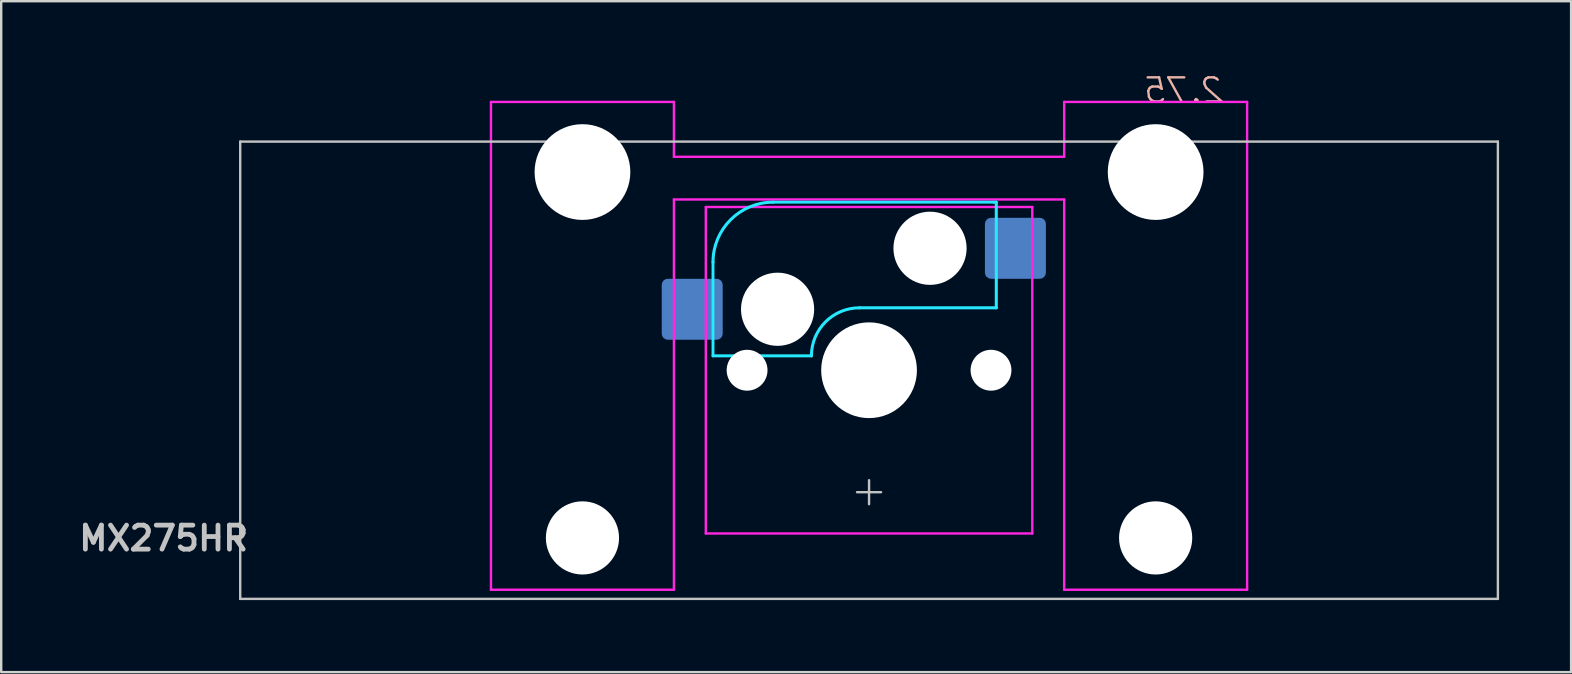
<source format=kicad_pcb>
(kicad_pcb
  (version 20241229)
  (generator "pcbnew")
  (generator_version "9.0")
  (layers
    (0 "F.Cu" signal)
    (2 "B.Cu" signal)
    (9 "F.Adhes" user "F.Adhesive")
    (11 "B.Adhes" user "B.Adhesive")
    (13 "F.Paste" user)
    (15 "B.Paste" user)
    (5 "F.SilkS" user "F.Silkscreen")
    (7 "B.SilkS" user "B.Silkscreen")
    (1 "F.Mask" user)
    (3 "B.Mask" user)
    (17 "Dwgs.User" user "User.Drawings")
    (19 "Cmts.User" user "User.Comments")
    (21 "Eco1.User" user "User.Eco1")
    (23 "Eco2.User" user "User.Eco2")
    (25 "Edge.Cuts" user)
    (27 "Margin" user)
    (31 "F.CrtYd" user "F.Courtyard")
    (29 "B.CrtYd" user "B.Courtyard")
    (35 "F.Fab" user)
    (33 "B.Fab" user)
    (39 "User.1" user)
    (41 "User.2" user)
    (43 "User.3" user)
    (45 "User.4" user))
  (footprint "MX275HR"
    (layer "F.Cu")
    (at 33.15 12.372)
    (property "Reference" "MX275HR" (at -25.75 7 0) (layer "Dwgs.User") (effects (font (size 1 1) (thickness 0.2)) (justify right)))
    (attr smd)
    (fp_line (start -26.194 -9.525) (end -26.194 9.525) (stroke (width 0.1) (type solid)) (layer "Dwgs.User"))
    (fp_line (start 0 4.58) (end 0 5.58) (stroke (width 0.1) (type solid)) (layer "Dwgs.User"))
    (fp_line (start 0.5 5.08) (end -0.5 5.08) (stroke (width 0.1) (type solid)) (layer "Dwgs.User"))
    (fp_line (start 26.194 -9.525) (end -26.194 -9.525) (stroke (width 0.1) (type solid)) (layer "Dwgs.User"))
    (fp_line (start 26.194 -9.525) (end 26.194 9.525) (stroke (width 0.1) (type solid)) (layer "Dwgs.User"))
    (fp_line (start 26.194 9.525) (end -26.194 9.525) (stroke (width 0.1) (type solid)) (layer "Dwgs.User"))
    (fp_line (start -15.438 5.485) (end -15.438 -8.515) (stroke (width 0.1) (type solid)) (layer "Eco1.User"))
    (fp_line (start -14.938 5.985) (end -8.938 5.985) (stroke (width 0.1) (type solid)) (layer "Eco1.User"))
    (fp_line (start -8.938 -9.015) (end -14.938 -9.015) (stroke (width 0.1) (type solid)) (layer "Eco1.User"))
    (fp_line (start -8.438 -8.515) (end -8.438 5.485) (stroke (width 0.1) (type solid)) (layer "Eco1.User"))
    (fp_line (start -7 6.5) (end -7 -6.5) (stroke (width 0.1) (type solid)) (layer "Eco1.User"))
    (fp_line (start -6.5 -7) (end 6.5 -7) (stroke (width 0.1) (type solid)) (layer "Eco1.User"))
    (fp_line (start 6.5 7) (end -6.5 7) (stroke (width 0.1) (type solid)) (layer "Eco1.User"))
    (fp_line (start 7 -6.5) (end 7 6.5) (stroke (width 0.1) (type solid)) (layer "Eco1.User"))
    (fp_line (start 8.438 5.485) (end 8.438 -8.515) (stroke (width 0.1) (type solid)) (layer "Eco1.User"))
    (fp_line (start 8.938 5.985) (end 14.938 5.985) (stroke (width 0.1) (type solid)) (layer "Eco1.User"))
    (fp_line (start 14.938 -9.015) (end 8.938 -9.015) (stroke (width 0.1) (type solid)) (layer "Eco1.User"))
    (fp_line (start 15.438 -8.515) (end 15.438 5.485) (stroke (width 0.1) (type solid)) (layer "Eco1.User"))
    (fp_arc (start -15.438 -8.515) (mid -15.291553 -8.868553) (end -14.938 -9.015) (stroke (width 0.1) (type solid)) (layer "Eco1.User"))
    (fp_arc (start -14.938 5.985) (mid -15.291553 5.838553) (end -15.438 5.485) (stroke (width 0.1) (type solid)) (layer "Eco1.User"))
    (fp_arc (start -8.938 -9.015) (mid -8.584447 -8.868553) (end -8.438 -8.515) (stroke (width 0.1) (type solid)) (layer "Eco1.User"))
    (fp_arc (start -8.438 5.485) (mid -8.584447 5.838553) (end -8.938 5.985) (stroke (width 0.1) (type solid)) (layer "Eco1.User"))
    (fp_arc (start -7 -6.5) (mid -6.853553 -6.853553) (end -6.5 -7) (stroke (width 0.1) (type solid)) (layer "Eco1.User"))
    (fp_arc (start -6.5 7) (mid -6.853553 6.853553) (end -7 6.5) (stroke (width 0.1) (type solid)) (layer "Eco1.User"))
    (fp_arc (start 6.5 -7) (mid 6.853553 -6.853553) (end 7 -6.5) (stroke (width 0.1) (type solid)) (layer "Eco1.User"))
    (fp_arc (start 7 6.5) (mid 6.853553 6.853553) (end 6.5 7) (stroke (width 0.1) (type solid)) (layer "Eco1.User"))
    (fp_arc (start 8.438 -8.515) (mid 8.584447 -8.868553) (end 8.938 -9.015) (stroke (width 0.1) (type solid)) (layer "Eco1.User"))
    (fp_arc (start 8.938 5.985) (mid 8.584447 5.838553) (end 8.438 5.485) (stroke (width 0.1) (type solid)) (layer "Eco1.User"))
    (fp_arc (start 14.938 -9.015) (mid 15.291553 -8.868553) (end 15.438 -8.515) (stroke (width 0.1) (type solid)) (layer "Eco1.User"))
    (fp_arc (start 15.438 5.485) (mid 15.291553 5.838553) (end 14.938 5.985) (stroke (width 0.1) (type solid)) (layer "Eco1.User"))
    (fp_line (start -6.5 -4.5) (end -6.5 -0.6) (stroke (width 0.12) (type solid)) (layer "B.CrtYd"))
    (fp_line (start -6.5 -0.6) (end -2.4 -0.6) (stroke (width 0.127) (type solid)) (layer "B.CrtYd"))
    (fp_line (start -4 -7) (end 5.2 -7) (stroke (width 0.12) (type solid)) (layer "B.CrtYd"))
    (fp_line (start -0.4 -2.6) (end 5.3 -2.6) (stroke (width 0.127) (type solid)) (layer "B.CrtYd"))
    (fp_line (start 5.2 -7) (end 5.3 -7) (stroke (width 0.12) (type solid)) (layer "B.CrtYd"))
    (fp_line (start 5.3 -7) (end 5.3 -2.6) (stroke (width 0.127) (type solid)) (layer "B.CrtYd"))
    (fp_arc (start -6.5 -4.5) (mid -5.767767 -6.267767) (end -4 -7) (stroke (width 0.127) (type solid)) (layer "B.CrtYd"))
    (fp_arc (start -2.4 -0.6) (mid -1.814214 -2.014214) (end -0.4 -2.6) (stroke (width 0.127) (type solid)) (layer "B.CrtYd"))
    (fp_line (start -15.748 -11.176) (end -8.128 -11.176) (stroke (width 0.1) (type solid)) (layer "F.CrtYd"))
    (fp_line (start -15.748 9.144) (end -15.748 -11.176) (stroke (width 0.1) (type solid)) (layer "F.CrtYd"))
    (fp_line (start -8.128 -8.89) (end -8.128 -11.176) (stroke (width 0.1) (type solid)) (layer "F.CrtYd"))
    (fp_line (start -8.128 -8.89) (end 8.128 -8.89) (stroke (width 0.1) (type solid)) (layer "F.CrtYd"))
    (fp_line (start -8.128 -7.112) (end -8.128 9.144) (stroke (width 0.1) (type solid)) (layer "F.CrtYd"))
    (fp_line (start -8.128 -7.112) (end 8.128 -7.112) (stroke (width 0.1) (type solid)) (layer "F.CrtYd"))
    (fp_line (start -8.128 9.144) (end -15.748 9.144) (stroke (width 0.1) (type solid)) (layer "F.CrtYd"))
    (fp_line (start -6.8 -6.8) (end -6.8 6.8) (stroke (width 0.1) (type solid)) (layer "F.CrtYd"))
    (fp_line (start -6.8 -6.8) (end 6.8 -6.8) (stroke (width 0.1) (type solid)) (layer "F.CrtYd"))
    (fp_line (start -6.8 6.8) (end 6.8 6.8) (stroke (width 0.1) (type solid)) (layer "F.CrtYd"))
    (fp_line (start 6.8 -6.8) (end 6.8 6.8) (stroke (width 0.1) (type solid)) (layer "F.CrtYd"))
    (fp_line (start 8.128 -8.89) (end 8.128 -11.176) (stroke (width 0.1) (type solid)) (layer "F.CrtYd"))
    (fp_line (start 8.128 -7.112) (end 8.128 9.142) (stroke (width 0.1) (type solid)) (layer "F.CrtYd"))
    (fp_line (start 8.128 9.144) (end 15.748 9.144) (stroke (width 0.1) (type solid)) (layer "F.CrtYd"))
    (fp_line (start 15.748 -11.176) (end 8.128 -11.176) (stroke (width 0.1) (type solid)) (layer "F.CrtYd"))
    (fp_line (start 15.748 -11.176) (end 15.748 9.144) (stroke (width 0.1) (type solid)) (layer "F.CrtYd"))
    (fp_text user "2.75" (at 14.886 -11.072 0) (unlocked yes) (layer "B.SilkS") (effects (font (size 1 1) (thickness 0.1) (italic yes)) (justify left bottom mirror)))
    (pad "" np_thru_hole circle (at -11.938 -8.255 180) (size 3.988 3.988) (drill 3.988) (layers "*.Cu" "*.Mask"))
    (pad "" np_thru_hole circle (at -11.938 6.985 180) (size 3.048 3.048) (drill 3.048) (layers "*.Cu" "*.Mask"))
    (pad "" np_thru_hole circle (at -5.08 0) (size 1.702 1.702) (drill 1.702) (layers "*.Cu" "*.Mask"))
    (pad "" np_thru_hole circle (at -3.81 -2.54) (size 3.048 3.048) (drill 3.048) (layers "*.Cu" "*.Mask"))
    (pad "" np_thru_hole circle (at 0 0) (size 3.988 3.988) (drill 3.988) (layers "*.Cu" "*.Mask"))
    (pad "" np_thru_hole circle (at 2.54 -5.08) (size 3.048 3.048) (drill 3.048) (layers "*.Cu" "*.Mask"))
    (pad "" np_thru_hole circle (at 5.08 0) (size 1.702 1.702) (drill 1.702) (layers "*.Cu" "*.Mask"))
    (pad "" np_thru_hole circle (at 11.938 -8.255 180) (size 3.988 3.988) (drill 3.988) (layers "*.Cu" "*.Mask"))
    (pad "" np_thru_hole circle (at 11.938 6.985 180) (size 3.048 3.048) (drill 3.048) (layers "*.Cu" "*.Mask"))
    (pad "1" smd roundrect (at 6.096 -5.08) (size 2.54 2.54) (layers "B.Cu" "B.Mask") (roundrect_rratio 0.1))
    (pad "2" smd roundrect (at -7.366 -2.54) (size 2.54 2.54) (layers "B.Cu" "B.Mask" "B.Paste") (roundrect_rratio 0.1)))
  (gr_rect
    (start -3 -3)
    (end 62.394 24.947)
    (stroke (width 0.1) (type default))
    (fill no)
    (layer "Edge.Cuts")))
</source>
